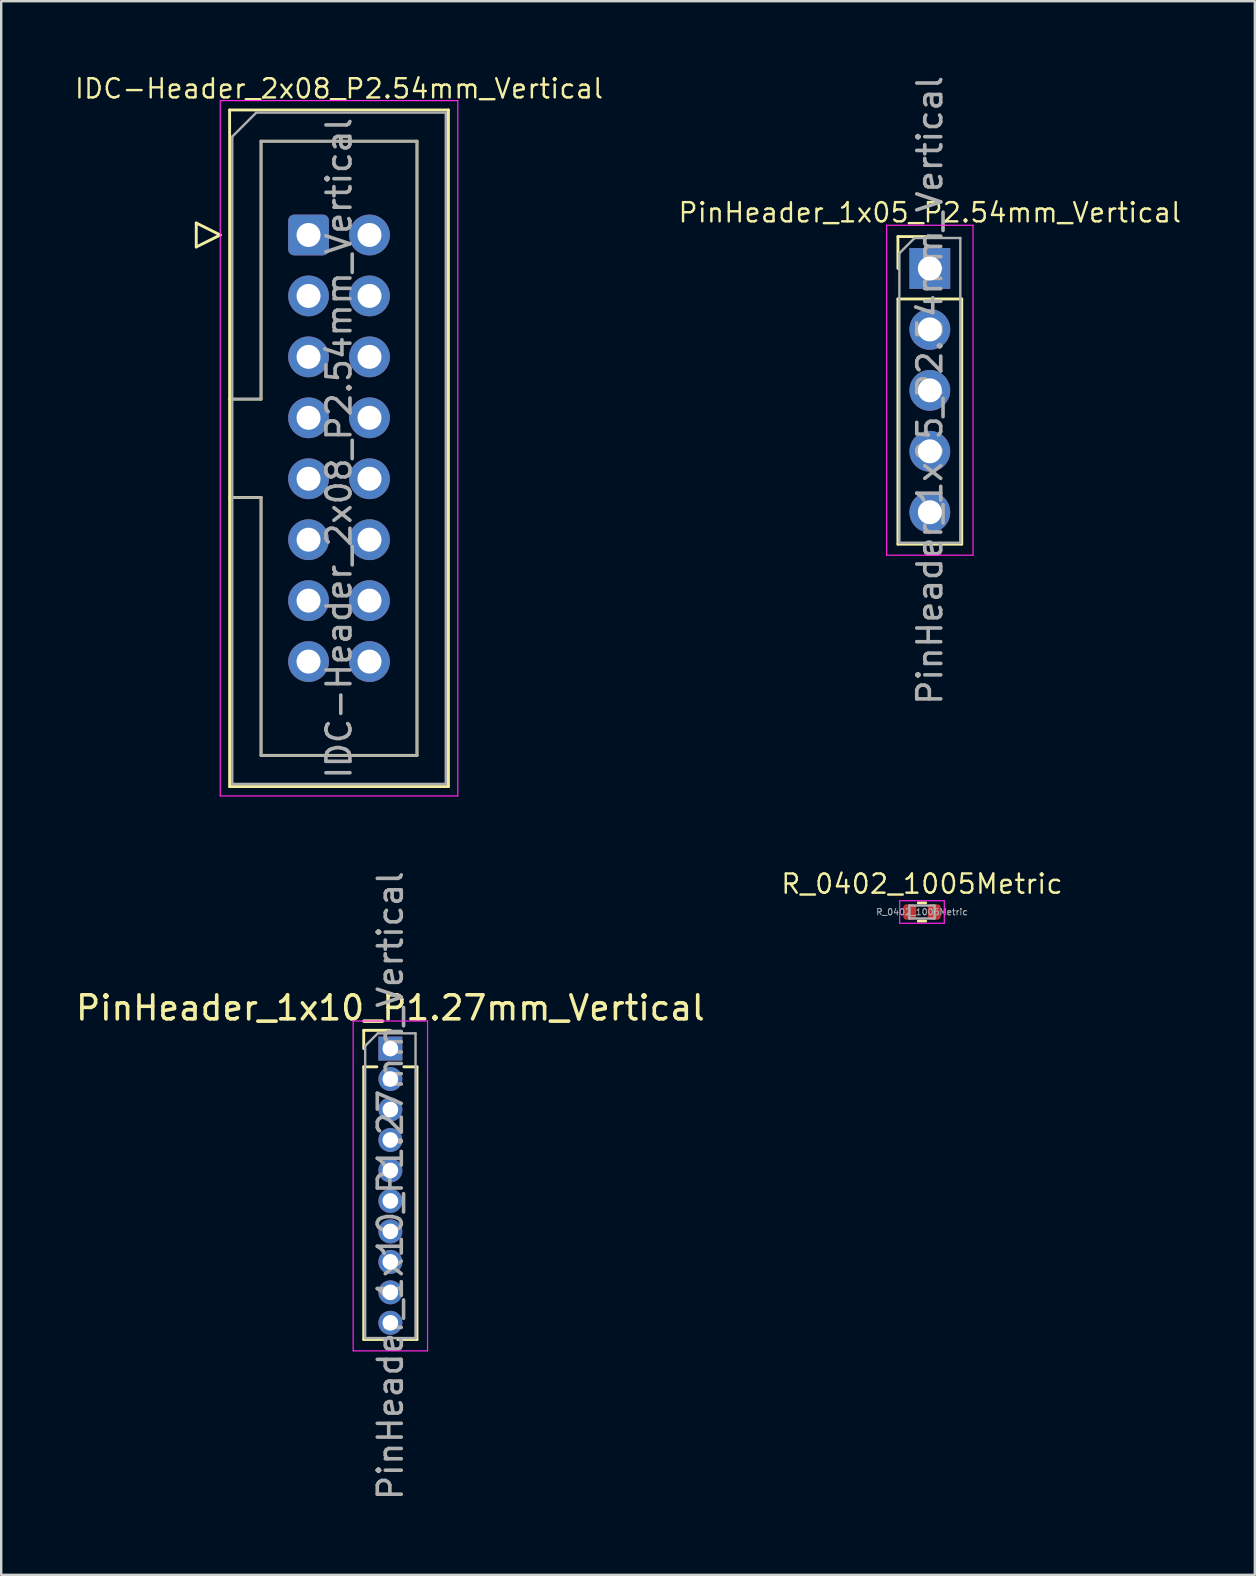
<source format=kicad_pcb>
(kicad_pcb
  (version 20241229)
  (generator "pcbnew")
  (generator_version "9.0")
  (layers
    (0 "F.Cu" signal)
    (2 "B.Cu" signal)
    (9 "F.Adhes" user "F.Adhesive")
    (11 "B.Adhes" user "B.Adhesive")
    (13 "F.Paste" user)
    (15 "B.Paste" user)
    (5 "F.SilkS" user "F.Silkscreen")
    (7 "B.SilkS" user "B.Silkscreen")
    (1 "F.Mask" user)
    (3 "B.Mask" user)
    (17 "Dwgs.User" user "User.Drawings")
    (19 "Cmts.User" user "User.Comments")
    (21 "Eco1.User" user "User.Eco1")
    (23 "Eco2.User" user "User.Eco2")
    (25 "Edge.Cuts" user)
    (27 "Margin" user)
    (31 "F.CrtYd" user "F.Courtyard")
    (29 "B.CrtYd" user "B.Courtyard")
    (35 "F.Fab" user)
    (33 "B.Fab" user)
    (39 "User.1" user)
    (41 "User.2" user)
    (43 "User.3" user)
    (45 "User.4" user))
  (footprint "IDC-Header_2x08_P2.54mm_Vertical"
    (layer "F.Cu")
    (at 9.81 6.744)
    (property "Reference" "IDC-Header_2x08_P2.54mm_Vertical" (at 1.27 -6.1 0) (layer "F.SilkS") (effects (font (size 0.8 0.8) (thickness 0.1))))
    (attr through_hole)
    (fp_line (start -4.68 -0.5) (end -4.68 0.5) (stroke (width 0.12) (type solid)) (layer "F.SilkS"))
    (fp_line (start -4.68 0.5) (end -3.68 0) (stroke (width 0.12) (type solid)) (layer "F.SilkS"))
    (fp_line (start -3.68 0) (end -4.68 -0.5) (stroke (width 0.12) (type solid)) (layer "F.SilkS"))
    (fp_line (start -3.29 -5.21) (end 5.83 -5.21) (stroke (width 0.12) (type solid)) (layer "F.SilkS"))
    (fp_line (start -3.29 6.84) (end -1.98 6.84) (stroke (width 0.12) (type solid)) (layer "F.SilkS"))
    (fp_line (start -3.29 22.99) (end -3.29 -5.21) (stroke (width 0.12) (type solid)) (layer "F.SilkS"))
    (fp_line (start -1.98 -3.91) (end 4.52 -3.91) (stroke (width 0.12) (type solid)) (layer "F.SilkS"))
    (fp_line (start -1.98 6.84) (end -1.98 -3.91) (stroke (width 0.12) (type solid)) (layer "F.SilkS"))
    (fp_line (start -1.98 10.94) (end -3.29 10.94) (stroke (width 0.12) (type solid)) (layer "F.SilkS"))
    (fp_line (start -1.98 10.94) (end -1.98 10.94) (stroke (width 0.12) (type solid)) (layer "F.SilkS"))
    (fp_line (start -1.98 21.69) (end -1.98 10.94) (stroke (width 0.12) (type solid)) (layer "F.SilkS"))
    (fp_line (start 4.52 -3.91) (end 4.52 21.69) (stroke (width 0.12) (type solid)) (layer "F.SilkS"))
    (fp_line (start 4.52 21.69) (end -1.98 21.69) (stroke (width 0.12) (type solid)) (layer "F.SilkS"))
    (fp_line (start 5.83 -5.21) (end 5.83 22.99) (stroke (width 0.12) (type solid)) (layer "F.SilkS"))
    (fp_line (start 5.83 22.99) (end -3.29 22.99) (stroke (width 0.12) (type solid)) (layer "F.SilkS"))
    (fp_line (start -3.68 -5.6) (end -3.68 23.38) (stroke (width 0.05) (type solid)) (layer "F.CrtYd"))
    (fp_line (start -3.68 23.38) (end 6.22 23.38) (stroke (width 0.05) (type solid)) (layer "F.CrtYd"))
    (fp_line (start 6.22 -5.6) (end -3.68 -5.6) (stroke (width 0.05) (type solid)) (layer "F.CrtYd"))
    (fp_line (start 6.22 23.38) (end 6.22 -5.6) (stroke (width 0.05) (type solid)) (layer "F.CrtYd"))
    (fp_line (start -3.18 -4.1) (end -2.18 -5.1) (stroke (width 0.1) (type solid)) (layer "F.Fab"))
    (fp_line (start -3.18 6.84) (end -1.98 6.84) (stroke (width 0.1) (type solid)) (layer "F.Fab"))
    (fp_line (start -3.18 22.88) (end -3.18 -4.1) (stroke (width 0.1) (type solid)) (layer "F.Fab"))
    (fp_line (start -2.18 -5.1) (end 5.72 -5.1) (stroke (width 0.1) (type solid)) (layer "F.Fab"))
    (fp_line (start -1.98 -3.91) (end 4.52 -3.91) (stroke (width 0.1) (type solid)) (layer "F.Fab"))
    (fp_line (start -1.98 6.84) (end -1.98 -3.91) (stroke (width 0.1) (type solid)) (layer "F.Fab"))
    (fp_line (start -1.98 10.94) (end -3.18 10.94) (stroke (width 0.1) (type solid)) (layer "F.Fab"))
    (fp_line (start -1.98 10.94) (end -1.98 10.94) (stroke (width 0.1) (type solid)) (layer "F.Fab"))
    (fp_line (start -1.98 21.69) (end -1.98 10.94) (stroke (width 0.1) (type solid)) (layer "F.Fab"))
    (fp_line (start 4.52 -3.91) (end 4.52 21.69) (stroke (width 0.1) (type solid)) (layer "F.Fab"))
    (fp_line (start 4.52 21.69) (end -1.98 21.69) (stroke (width 0.1) (type solid)) (layer "F.Fab"))
    (fp_line (start 5.72 -5.1) (end 5.72 22.88) (stroke (width 0.1) (type solid)) (layer "F.Fab"))
    (fp_line (start 5.72 22.88) (end -3.18 22.88) (stroke (width 0.1) (type solid)) (layer "F.Fab"))
    (fp_text user "${REFERENCE}" (at 1.27 8.89 90) (layer "F.Fab") (effects (font (size 1 1) (thickness 0.15))))
    (pad "1" thru_hole roundrect (at 0 0 180) (size 1.7 1.7) (drill 1) (layers "*.Cu" "*.Mask") (roundrect_rratio 0.147))
    (pad "2" thru_hole circle (at 2.54 0 180) (size 1.7 1.7) (drill 1) (layers "*.Cu" "*.Mask"))
    (pad "3" thru_hole circle (at 0 2.54 180) (size 1.7 1.7) (drill 1) (layers "*.Cu" "*.Mask"))
    (pad "4" thru_hole circle (at 2.54 2.54 180) (size 1.7 1.7) (drill 1) (layers "*.Cu" "*.Mask"))
    (pad "5" thru_hole circle (at 0 5.08 180) (size 1.7 1.7) (drill 1) (layers "*.Cu" "*.Mask"))
    (pad "6" thru_hole circle (at 2.54 5.08 180) (size 1.7 1.7) (drill 1) (layers "*.Cu" "*.Mask"))
    (pad "7" thru_hole circle (at 0 7.62 180) (size 1.7 1.7) (drill 1) (layers "*.Cu" "*.Mask"))
    (pad "8" thru_hole circle (at 2.54 7.62 180) (size 1.7 1.7) (drill 1) (layers "*.Cu" "*.Mask"))
    (pad "9" thru_hole circle (at 0 10.16 180) (size 1.7 1.7) (drill 1) (layers "*.Cu" "*.Mask"))
    (pad "10" thru_hole circle (at 2.54 10.16 180) (size 1.7 1.7) (drill 1) (layers "*.Cu" "*.Mask"))
    (pad "11" thru_hole circle (at 0 12.7 180) (size 1.7 1.7) (drill 1) (layers "*.Cu" "*.Mask"))
    (pad "12" thru_hole circle (at 2.54 12.7 180) (size 1.7 1.7) (drill 1) (layers "*.Cu" "*.Mask"))
    (pad "13" thru_hole circle (at 0 15.24 180) (size 1.7 1.7) (drill 1) (layers "*.Cu" "*.Mask"))
    (pad "14" thru_hole circle (at 2.54 15.24 180) (size 1.7 1.7) (drill 1) (layers "*.Cu" "*.Mask"))
    (pad "15" thru_hole circle (at 0 17.78 180) (size 1.7 1.7) (drill 1) (layers "*.Cu" "*.Mask"))
    (pad "16" thru_hole circle (at 2.54 17.78 180) (size 1.7 1.7) (drill 1) (layers "*.Cu" "*.Mask")))
  (footprint "PinHeader_1x10_P1.27mm_Vertical"
    (layer "F.Cu")
    (at 13.22 40.654)
    (property "Reference" "PinHeader_1x10_P1.27mm_Vertical" (at 0 -1.695 0) (layer "F.SilkS") (effects (font (size 1 1) (thickness 0.15))))
    (attr through_hole)
    (fp_line (start -1.11 -0.76) (end 0 -0.76) (stroke (width 0.12) (type solid)) (layer "F.SilkS"))
    (fp_line (start -1.11 0) (end -1.11 -0.76) (stroke (width 0.12) (type solid)) (layer "F.SilkS"))
    (fp_line (start -1.11 0.76) (end -1.11 12.125) (stroke (width 0.12) (type solid)) (layer "F.SilkS"))
    (fp_line (start -1.11 0.76) (end -0.563 0.76) (stroke (width 0.12) (type solid)) (layer "F.SilkS"))
    (fp_line (start -1.11 12.125) (end -0.308 12.125) (stroke (width 0.12) (type solid)) (layer "F.SilkS"))
    (fp_line (start 0.308 12.125) (end 1.11 12.125) (stroke (width 0.12) (type solid)) (layer "F.SilkS"))
    (fp_line (start 0.563 0.76) (end 1.11 0.76) (stroke (width 0.12) (type solid)) (layer "F.SilkS"))
    (fp_line (start 1.11 0.76) (end 1.11 12.125) (stroke (width 0.12) (type solid)) (layer "F.SilkS"))
    (fp_line (start -1.55 -1.15) (end -1.55 12.6) (stroke (width 0.05) (type solid)) (layer "F.CrtYd"))
    (fp_line (start -1.55 12.6) (end 1.55 12.6) (stroke (width 0.05) (type solid)) (layer "F.CrtYd"))
    (fp_line (start 1.55 -1.15) (end -1.55 -1.15) (stroke (width 0.05) (type solid)) (layer "F.CrtYd"))
    (fp_line (start 1.55 12.6) (end 1.55 -1.15) (stroke (width 0.05) (type solid)) (layer "F.CrtYd"))
    (fp_line (start -1.05 -0.11) (end -0.525 -0.635) (stroke (width 0.1) (type solid)) (layer "F.Fab"))
    (fp_line (start -1.05 12.065) (end -1.05 -0.11) (stroke (width 0.1) (type solid)) (layer "F.Fab"))
    (fp_line (start -0.525 -0.635) (end 1.05 -0.635) (stroke (width 0.1) (type solid)) (layer "F.Fab"))
    (fp_line (start 1.05 -0.635) (end 1.05 12.065) (stroke (width 0.1) (type solid)) (layer "F.Fab"))
    (fp_line (start 1.05 12.065) (end -1.05 12.065) (stroke (width 0.1) (type solid)) (layer "F.Fab"))
    (fp_text user "${REFERENCE}" (at 0 5.715 90) (layer "F.Fab") (effects (font (size 1 1) (thickness 0.15))))
    (pad "1" thru_hole rect (at 0 0 180) (size 1 1) (drill 0.65) (layers "*.Cu" "*.Mask"))
    (pad "2" thru_hole oval (at 0 1.27 180) (size 1 1) (drill 0.65) (layers "*.Cu" "*.Mask"))
    (pad "3" thru_hole oval (at 0 2.54 180) (size 1 1) (drill 0.65) (layers "*.Cu" "*.Mask"))
    (pad "4" thru_hole oval (at 0 3.81 180) (size 1 1) (drill 0.65) (layers "*.Cu" "*.Mask"))
    (pad "5" thru_hole oval (at 0 5.08 180) (size 1 1) (drill 0.65) (layers "*.Cu" "*.Mask"))
    (pad "6" thru_hole oval (at 0 6.35 180) (size 1 1) (drill 0.65) (layers "*.Cu" "*.Mask"))
    (pad "7" thru_hole oval (at 0 7.62 180) (size 1 1) (drill 0.65) (layers "*.Cu" "*.Mask"))
    (pad "8" thru_hole oval (at 0 8.89 180) (size 1 1) (drill 0.65) (layers "*.Cu" "*.Mask"))
    (pad "9" thru_hole oval (at 0 10.16 180) (size 1 1) (drill 0.65) (layers "*.Cu" "*.Mask"))
    (pad "10" thru_hole oval (at 0 11.43 180) (size 1 1) (drill 0.65) (layers "*.Cu" "*.Mask")))
  (footprint "R_0402_1005Metric"
    (layer "F.Cu")
    (at 35.377 34.962)
    (property "Reference" "R_0402_1005Metric" (at 0 -1.17 180) (layer "F.SilkS") (effects (font (size 0.8 0.8) (thickness 0.1))))
    (attr smd)
    (fp_line (start -0.154 -0.38) (end 0.154 -0.38) (stroke (width 0.12) (type solid)) (layer "F.SilkS"))
    (fp_line (start -0.154 0.38) (end 0.154 0.38) (stroke (width 0.12) (type solid)) (layer "F.SilkS"))
    (fp_line (start -0.93 -0.47) (end 0.93 -0.47) (stroke (width 0.05) (type solid)) (layer "F.CrtYd"))
    (fp_line (start -0.93 0.47) (end -0.93 -0.47) (stroke (width 0.05) (type solid)) (layer "F.CrtYd"))
    (fp_line (start 0.93 -0.47) (end 0.93 0.47) (stroke (width 0.05) (type solid)) (layer "F.CrtYd"))
    (fp_line (start 0.93 0.47) (end -0.93 0.47) (stroke (width 0.05) (type solid)) (layer "F.CrtYd"))
    (fp_line (start -0.525 -0.27) (end 0.525 -0.27) (stroke (width 0.1) (type solid)) (layer "F.Fab"))
    (fp_line (start -0.525 0.27) (end -0.525 -0.27) (stroke (width 0.1) (type solid)) (layer "F.Fab"))
    (fp_line (start 0.525 -0.27) (end 0.525 0.27) (stroke (width 0.1) (type solid)) (layer "F.Fab"))
    (fp_line (start 0.525 0.27) (end -0.525 0.27) (stroke (width 0.1) (type solid)) (layer "F.Fab"))
    (fp_text user "${REFERENCE}" (at 0 0 180) (layer "F.Fab") (effects (font (size 0.26 0.26) (thickness 0.04))))
    (pad "1" smd roundrect (at -0.51 0) (size 0.54 0.64) (layers "F.Cu" "F.Mask" "F.Paste") (roundrect_rratio 0.25))
    (pad "2" smd roundrect (at 0.51 0) (size 0.54 0.64) (layers "F.Cu" "F.Mask" "F.Paste") (roundrect_rratio 0.25)))
  (footprint "PinHeader_1x05_P2.54mm_Vertical"
    (layer "F.Cu")
    (at 35.705 8.14)
    (property "Reference" "PinHeader_1x05_P2.54mm_Vertical" (at 0 -2.33 0) (layer "F.SilkS") (effects (font (size 0.8 0.8) (thickness 0.1))))
    (attr through_hole)
    (fp_line (start -1.33 -1.33) (end 0 -1.33) (stroke (width 0.12) (type solid)) (layer "F.SilkS"))
    (fp_line (start -1.33 0) (end -1.33 -1.33) (stroke (width 0.12) (type solid)) (layer "F.SilkS"))
    (fp_line (start -1.33 1.27) (end -1.33 11.49) (stroke (width 0.12) (type solid)) (layer "F.SilkS"))
    (fp_line (start -1.33 1.27) (end 1.33 1.27) (stroke (width 0.12) (type solid)) (layer "F.SilkS"))
    (fp_line (start -1.33 11.49) (end 1.33 11.49) (stroke (width 0.12) (type solid)) (layer "F.SilkS"))
    (fp_line (start 1.33 1.27) (end 1.33 11.49) (stroke (width 0.12) (type solid)) (layer "F.SilkS"))
    (fp_line (start -1.8 -1.8) (end -1.8 11.95) (stroke (width 0.05) (type solid)) (layer "F.CrtYd"))
    (fp_line (start -1.8 11.95) (end 1.8 11.95) (stroke (width 0.05) (type solid)) (layer "F.CrtYd"))
    (fp_line (start 1.8 -1.8) (end -1.8 -1.8) (stroke (width 0.05) (type solid)) (layer "F.CrtYd"))
    (fp_line (start 1.8 11.95) (end 1.8 -1.8) (stroke (width 0.05) (type solid)) (layer "F.CrtYd"))
    (fp_line (start -1.27 -0.635) (end -0.635 -1.27) (stroke (width 0.1) (type solid)) (layer "F.Fab"))
    (fp_line (start -1.27 11.43) (end -1.27 -0.635) (stroke (width 0.1) (type solid)) (layer "F.Fab"))
    (fp_line (start -0.635 -1.27) (end 1.27 -1.27) (stroke (width 0.1) (type solid)) (layer "F.Fab"))
    (fp_line (start 1.27 -1.27) (end 1.27 11.43) (stroke (width 0.1) (type solid)) (layer "F.Fab"))
    (fp_line (start 1.27 11.43) (end -1.27 11.43) (stroke (width 0.1) (type solid)) (layer "F.Fab"))
    (fp_text user "${REFERENCE}" (at 0 5.08 90) (layer "F.Fab") (effects (font (size 1 1) (thickness 0.15))))
    (pad "1" thru_hole rect (at 0 0 180) (size 1.7 1.7) (drill 1) (layers "*.Cu" "*.Mask"))
    (pad "2" thru_hole oval (at 0 2.54 180) (size 1.7 1.7) (drill 1) (layers "*.Cu" "*.Mask"))
    (pad "3" thru_hole oval (at 0 5.08 180) (size 1.7 1.7) (drill 1) (layers "*.Cu" "*.Mask"))
    (pad "4" thru_hole oval (at 0 7.62 180) (size 1.7 1.7) (drill 1) (layers "*.Cu" "*.Mask"))
    (pad "5" thru_hole oval (at 0 10.16 180) (size 1.7 1.7) (drill 1) (layers "*.Cu" "*.Mask")))
  (gr_rect
    (start -3 -3)
    (end 49.251 62.589)
    (stroke (width 0.1) (type default))
    (fill no)
    (layer "Edge.Cuts")))
</source>
